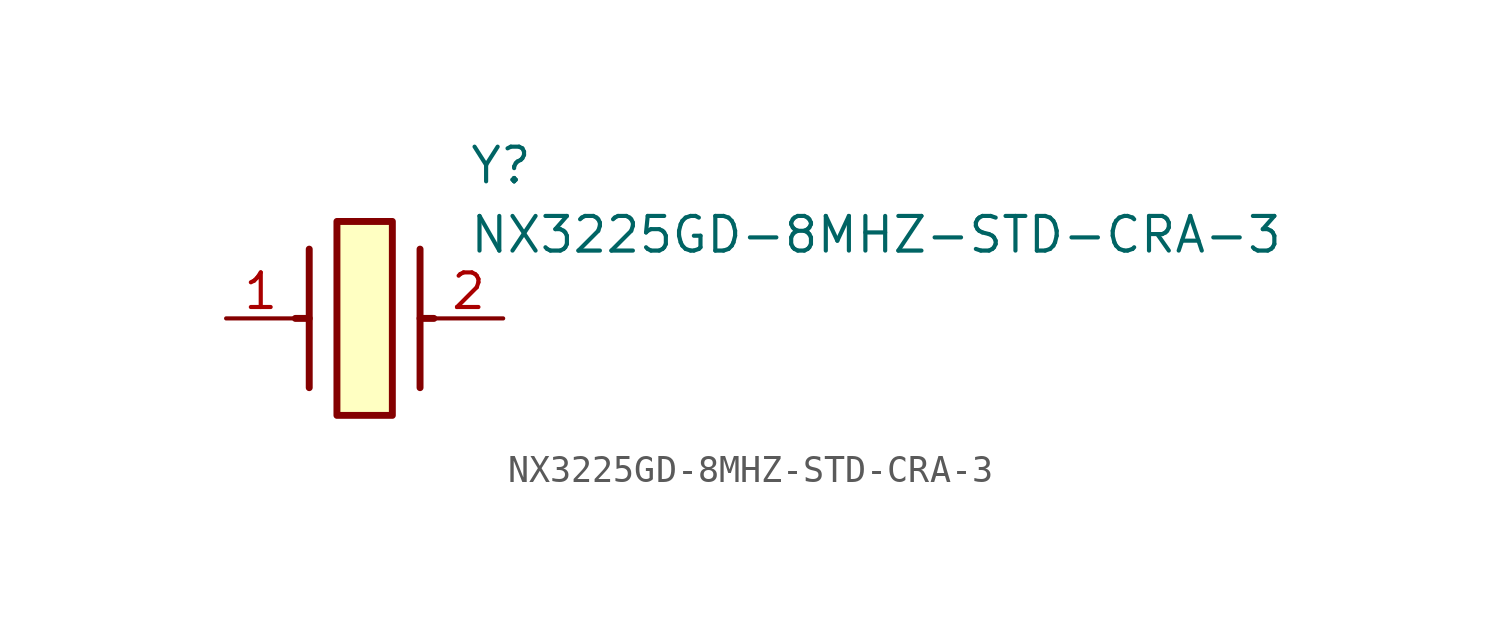
<source format=kicad_sym>
(kicad_symbol_lib
  (version 20211014)
  (generator SamacSys_ECAD_Model)
  (symbol "NX3225GD-8MHZ-STD-CRA-3"
    (pin_names hide)
    (property "Reference" "Y"
      (at 8.89 6.35 0)
      (effects (font (size 1.27 1.27)) (justify left top)))
    (property "Value" "NX3225GD-8MHZ-STD-CRA-3"
      (at 8.89 3.81 0)
      (effects (font (size 1.27 1.27)) (justify left top)))
    (rectangle
      (start 4.064 3.556)
      (end 6.096 -3.556)
      (stroke (width 0.254) (type default))
      (fill (type background)))
    (polyline
      (pts (xy 3.048 2.54) (xy 3.048 -2.54))
      (stroke (width 0.254) (type default))
      (fill (type none)))
    (polyline
      (pts (xy 7.112 2.54) (xy 7.112 -2.54))
      (stroke (width 0.254) (type default))
      (fill (type none)))
    (polyline
      (pts (xy 7.112 0) (xy 7.62 0))
      (stroke (width 0.254) (type default))
      (fill (type none)))
    (polyline
      (pts (xy 3.048 0) (xy 2.54 0))
      (stroke (width 0.254) (type default))
      (fill (type none)))
    (pin passive line
      (at 0 0 0)
      (length 2.54)
      (name "1" (effects (font (size 1.27 1.27))))
      (number "1" (effects (font (size 1.27 1.27)))))
    (pin passive line
      (at 10.16 0 180)
      (length 2.54)
      (name "2" (effects (font (size 1.27 1.27))))
      (number "2" (effects (font (size 1.27 1.27)))))))
</source>
